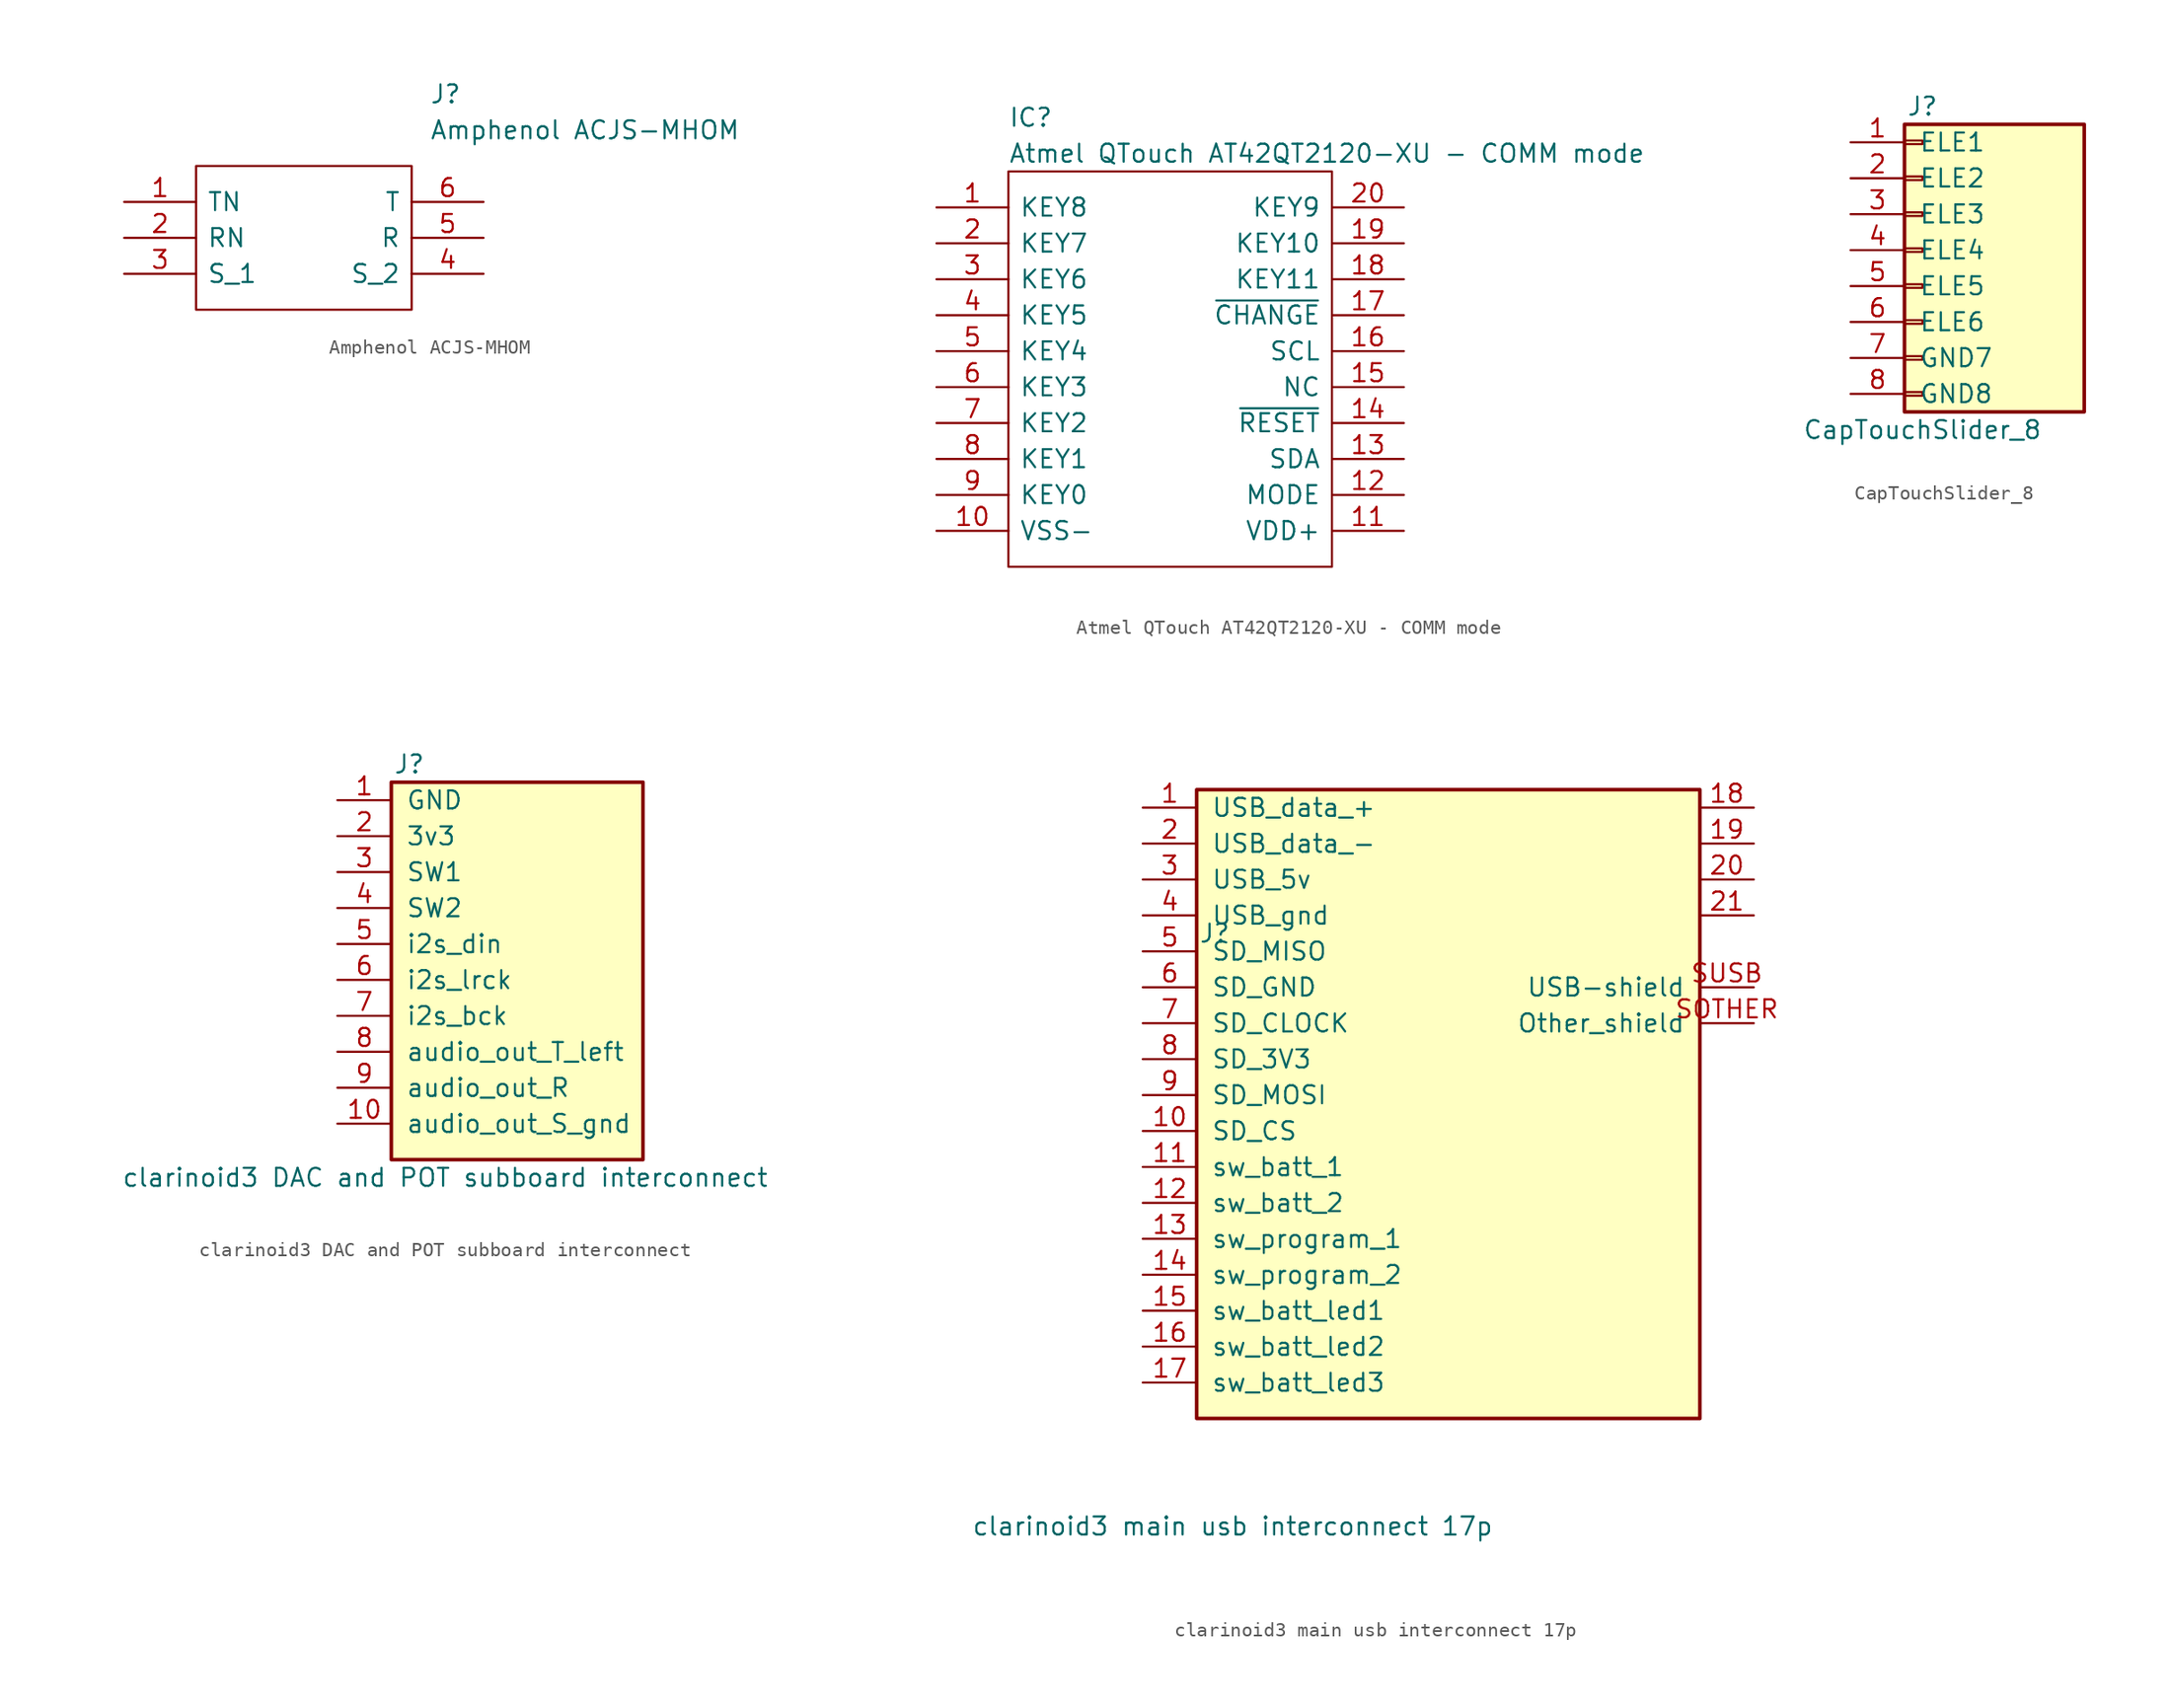
<source format=kicad_sym>
(kicad_symbol_lib
  (version 20211014)
  (generator kicad_symbol_editor)
  (symbol "Amphenol ACJS-MHOM"
    (pin_names
      (offset 0.762))
    (property "Reference" "J"
      (at 21.59 7.62 0)
      (effects (font (size 1.27 1.27)) (justify left)))
    (property "Value" "Amphenol ACJS-MHOM"
      (at 21.59 5.08 0)
      (effects (font (size 1.27 1.27)) (justify left)))
    (symbol "Amphenol ACJS-MHOM_0_0"
      (pin passive line (at 0 0 0) (length 5.08) (name "TN" (effects (font (size 1.27 1.27)))) (number "1" (effects (font (size 1.27 1.27)))))
      (pin passive line (at 0 -2.54 0) (length 5.08) (name "RN" (effects (font (size 1.27 1.27)))) (number "2" (effects (font (size 1.27 1.27)))))
      (pin passive line (at 0 -5.08 0) (length 5.08) (name "S_1" (effects (font (size 1.27 1.27)))) (number "3" (effects (font (size 1.27 1.27)))))
      (pin passive line (at 25.4 -5.08 180) (length 5.08) (name "S_2" (effects (font (size 1.27 1.27)))) (number "4" (effects (font (size 1.27 1.27)))))
      (pin passive line (at 25.4 -2.54 180) (length 5.08) (name "R" (effects (font (size 1.27 1.27)))) (number "5" (effects (font (size 1.27 1.27)))))
      (pin passive line (at 25.4 0 180) (length 5.08) (name "T" (effects (font (size 1.27 1.27)))) (number "6" (effects (font (size 1.27 1.27))))))
    (symbol "Amphenol ACJS-MHOM_0_1"
      (polyline (pts (xy 5.08 2.54) (xy 20.32 2.54) (xy 20.32 -7.62) (xy 5.08 -7.62) (xy 5.08 2.54)) (stroke (width 0.152) (type default) (color 0 0 0 0)) (fill (type none)))))
  (symbol "Atmel QTouch AT42QT2120-XU - COMM mode"
    (pin_names
      (offset 0.762))
    (property "Reference" "IC"
      (at 5.08 6.35 0)
      (effects (font (size 1.27 1.27)) (justify left)))
    (property "Value" "Atmel QTouch AT42QT2120-XU - COMM mode"
      (at 5.08 3.81 0)
      (effects (font (size 1.27 1.27)) (justify left)))
    (symbol "Atmel QTouch AT42QT2120-XU - COMM mode_0_0"
      (pin passive line (at 0 0 0) (length 5.08) (name "KEY8" (effects (font (size 1.27 1.27)))) (number "1" (effects (font (size 1.27 1.27)))))
      (pin passive line (at 0 -22.86 0) (length 5.08) (name "VSS-" (effects (font (size 1.27 1.27)))) (number "10" (effects (font (size 1.27 1.27)))))
      (pin passive line (at 33.02 -22.86 180) (length 5.08) (name "VDD+" (effects (font (size 1.27 1.27)))) (number "11" (effects (font (size 1.27 1.27)))))
      (pin passive line (at 33.02 -20.32 180) (length 5.08) (name "MODE" (effects (font (size 1.27 1.27)))) (number "12" (effects (font (size 1.27 1.27)))))
      (pin passive line (at 33.02 -17.78 180) (length 5.08) (name "SDA" (effects (font (size 1.27 1.27)))) (number "13" (effects (font (size 1.27 1.27)))))
      (pin passive line (at 33.02 -15.24 180) (length 5.08) (name "~{RESET}" (effects (font (size 1.27 1.27)))) (number "14" (effects (font (size 1.27 1.27)))))
      (pin passive line (at 33.02 -12.7 180) (length 5.08) (name "NC" (effects (font (size 1.27 1.27)))) (number "15" (effects (font (size 1.27 1.27)))))
      (pin passive line (at 33.02 -10.16 180) (length 5.08) (name "SCL" (effects (font (size 1.27 1.27)))) (number "16" (effects (font (size 1.27 1.27)))))
      (pin passive line (at 33.02 -7.62 180) (length 5.08) (name "~{CHANGE}" (effects (font (size 1.27 1.27)))) (number "17" (effects (font (size 1.27 1.27)))))
      (pin passive line (at 33.02 -5.08 180) (length 5.08) (name "KEY11" (effects (font (size 1.27 1.27)))) (number "18" (effects (font (size 1.27 1.27)))))
      (pin passive line (at 33.02 -2.54 180) (length 5.08) (name "KEY10" (effects (font (size 1.27 1.27)))) (number "19" (effects (font (size 1.27 1.27)))))
      (pin passive line (at 0 -2.54 0) (length 5.08) (name "KEY7" (effects (font (size 1.27 1.27)))) (number "2" (effects (font (size 1.27 1.27)))))
      (pin passive line (at 33.02 0 180) (length 5.08) (name "KEY9" (effects (font (size 1.27 1.27)))) (number "20" (effects (font (size 1.27 1.27)))))
      (pin passive line (at 0 -5.08 0) (length 5.08) (name "KEY6" (effects (font (size 1.27 1.27)))) (number "3" (effects (font (size 1.27 1.27)))))
      (pin passive line (at 0 -7.62 0) (length 5.08) (name "KEY5" (effects (font (size 1.27 1.27)))) (number "4" (effects (font (size 1.27 1.27)))))
      (pin passive line (at 0 -10.16 0) (length 5.08) (name "KEY4" (effects (font (size 1.27 1.27)))) (number "5" (effects (font (size 1.27 1.27)))))
      (pin passive line (at 0 -12.7 0) (length 5.08) (name "KEY3" (effects (font (size 1.27 1.27)))) (number "6" (effects (font (size 1.27 1.27)))))
      (pin passive line (at 0 -15.24 0) (length 5.08) (name "KEY2" (effects (font (size 1.27 1.27)))) (number "7" (effects (font (size 1.27 1.27)))))
      (pin passive line (at 0 -17.78 0) (length 5.08) (name "KEY1" (effects (font (size 1.27 1.27)))) (number "8" (effects (font (size 1.27 1.27)))))
      (pin passive line (at 0 -20.32 0) (length 5.08) (name "KEY0" (effects (font (size 1.27 1.27)))) (number "9" (effects (font (size 1.27 1.27))))))
    (symbol "Atmel QTouch AT42QT2120-XU - COMM mode_0_1"
      (polyline (pts (xy 5.08 2.54) (xy 27.94 2.54) (xy 27.94 -25.4) (xy 5.08 -25.4) (xy 5.08 2.54)) (stroke (width 0.152) (type default) (color 0 0 0 0)) (fill (type none)))))
  (symbol "CapTouchSlider_8"
    (pin_names
      (offset 1.016))
    (property "Reference" "J"
      (at 0 10.16 0)
      (effects (font (size 1.27 1.27))))
    (property "Value" "CapTouchSlider_8"
      (at 0 -12.7 0)
      (effects (font (size 1.27 1.27))))
    (symbol "CapTouchSlider_8_1_1"
      (rectangle (start -1.27 -10.033) (end 0 -10.287) (stroke (width 0.152) (type default) (color 0 0 0 0)) (fill (type none)))
      (rectangle (start -1.27 -7.493) (end 0 -7.747) (stroke (width 0.152) (type default) (color 0 0 0 0)) (fill (type none)))
      (rectangle (start -1.27 -4.953) (end 0 -5.207) (stroke (width 0.152) (type default) (color 0 0 0 0)) (fill (type none)))
      (rectangle (start -1.27 -2.413) (end 0 -2.667) (stroke (width 0.152) (type default) (color 0 0 0 0)) (fill (type none)))
      (rectangle (start -1.27 0.127) (end 0 -0.127) (stroke (width 0.152) (type default) (color 0 0 0 0)) (fill (type none)))
      (rectangle (start -1.27 2.667) (end 0 2.413) (stroke (width 0.152) (type default) (color 0 0 0 0)) (fill (type none)))
      (rectangle (start -1.27 5.207) (end 0 4.953) (stroke (width 0.152) (type default) (color 0 0 0 0)) (fill (type none)))
      (rectangle (start -1.27 7.747) (end 0 7.493) (stroke (width 0.152) (type default) (color 0 0 0 0)) (fill (type none)))
      (rectangle (start -1.27 8.89) (end 11.43 -11.43) (stroke (width 0.254) (type default) (color 0 0 0 0)) (fill (type background)))
      (pin passive line (at -5.08 7.62 0) (length 3.81) (name "ELE1" (effects (font (size 1.27 1.27)))) (number "1" (effects (font (size 1.27 1.27)))))
      (pin passive line (at -5.08 5.08 0) (length 3.81) (name "ELE2" (effects (font (size 1.27 1.27)))) (number "2" (effects (font (size 1.27 1.27)))))
      (pin passive line (at -5.08 2.54 0) (length 3.81) (name "ELE3" (effects (font (size 1.27 1.27)))) (number "3" (effects (font (size 1.27 1.27)))))
      (pin passive line (at -5.08 0 0) (length 3.81) (name "ELE4" (effects (font (size 1.27 1.27)))) (number "4" (effects (font (size 1.27 1.27)))))
      (pin passive line (at -5.08 -2.54 0) (length 3.81) (name "ELE5" (effects (font (size 1.27 1.27)))) (number "5" (effects (font (size 1.27 1.27)))))
      (pin passive line (at -5.08 -5.08 0) (length 3.81) (name "ELE6" (effects (font (size 1.27 1.27)))) (number "6" (effects (font (size 1.27 1.27)))))
      (pin passive line (at -5.08 -7.62 0) (length 3.81) (name "GND7" (effects (font (size 1.27 1.27)))) (number "7" (effects (font (size 1.27 1.27)))))
      (pin passive line (at -5.08 -10.16 0) (length 3.81) (name "GND8" (effects (font (size 1.27 1.27)))) (number "8" (effects (font (size 1.27 1.27)))))))
  (symbol "clarinoid3 DAC and POT subboard interconnect"
    (pin_names
      (offset 1.016))
    (property "Reference" "J"
      (at 0 10.16 0)
      (effects (font (size 1.27 1.27))))
    (property "Value" "clarinoid3 DAC and POT subboard interconnect"
      (at 2.54 -19.05 0)
      (effects (font (size 1.27 1.27))))
    (symbol "clarinoid3 DAC and POT subboard interconnect_1_1"
      (rectangle (start -1.27 8.89) (end 16.51 -17.78) (stroke (width 0.254) (type default) (color 0 0 0 0)) (fill (type background)))
      (pin passive line (at -5.08 7.62 0) (length 3.81) (name "GND" (effects (font (size 1.27 1.27)))) (number "1" (effects (font (size 1.27 1.27)))))
      (pin passive line (at -5.08 -15.24 0) (length 3.81) (name "audio_out_S_gnd" (effects (font (size 1.27 1.27)))) (number "10" (effects (font (size 1.27 1.27)))))
      (pin passive line (at -5.08 5.08 0) (length 3.81) (name "3v3" (effects (font (size 1.27 1.27)))) (number "2" (effects (font (size 1.27 1.27)))))
      (pin passive line (at -5.08 2.54 0) (length 3.81) (name "SW1" (effects (font (size 1.27 1.27)))) (number "3" (effects (font (size 1.27 1.27)))))
      (pin passive line (at -5.08 0 0) (length 3.81) (name "SW2" (effects (font (size 1.27 1.27)))) (number "4" (effects (font (size 1.27 1.27)))))
      (pin passive line (at -5.08 -2.54 0) (length 3.81) (name "i2s_din" (effects (font (size 1.27 1.27)))) (number "5" (effects (font (size 1.27 1.27)))))
      (pin passive line (at -5.08 -5.08 0) (length 3.81) (name "i2s_lrck" (effects (font (size 1.27 1.27)))) (number "6" (effects (font (size 1.27 1.27)))))
      (pin passive line (at -5.08 -7.62 0) (length 3.81) (name "i2s_bck" (effects (font (size 1.27 1.27)))) (number "7" (effects (font (size 1.27 1.27)))))
      (pin passive line (at -5.08 -10.16 0) (length 3.81) (name "audio_out_T_left" (effects (font (size 1.27 1.27)))) (number "8" (effects (font (size 1.27 1.27)))))
      (pin passive line (at -5.08 -12.7 0) (length 3.81) (name "audio_out_R" (effects (font (size 1.27 1.27)))) (number "9" (effects (font (size 1.27 1.27)))))))
  (symbol "clarinoid3 main usb interconnect 17p"
    (pin_names
      (offset 1.016))
    (property "Reference" "J"
      (at 0 10.16 0)
      (effects (font (size 1.27 1.27))))
    (property "Value" "clarinoid3 main usb interconnect 17p"
      (at 1.27 -31.75 0)
      (effects (font (size 1.27 1.27))))
    (symbol "clarinoid3 main usb interconnect 17p_1_1"
      (rectangle (start -1.27 20.32) (end 34.29 -24.13) (stroke (width 0.254) (type default) (color 0 0 0 0)) (fill (type background)))
      (pin passive line (at -5.08 19.05 0) (length 3.81) (name "USB_data_+" (effects (font (size 1.27 1.27)))) (number "1" (effects (font (size 1.27 1.27)))))
      (pin passive line (at -5.08 -3.81 0) (length 3.81) (name "SD_CS" (effects (font (size 1.27 1.27)))) (number "10" (effects (font (size 1.27 1.27)))))
      (pin passive line (at -5.08 -6.35 0) (length 3.81) (name "sw_batt_1" (effects (font (size 1.27 1.27)))) (number "11" (effects (font (size 1.27 1.27)))))
      (pin passive line (at -5.08 -8.89 0) (length 3.81) (name "sw_batt_2" (effects (font (size 1.27 1.27)))) (number "12" (effects (font (size 1.27 1.27)))))
      (pin passive line (at -5.08 -11.43 0) (length 3.81) (name "sw_program_1" (effects (font (size 1.27 1.27)))) (number "13" (effects (font (size 1.27 1.27)))))
      (pin passive line (at -5.08 -13.97 0) (length 3.81) (name "sw_program_2" (effects (font (size 1.27 1.27)))) (number "14" (effects (font (size 1.27 1.27)))))
      (pin passive line (at -5.08 -16.51 0) (length 3.81) (name "sw_batt_led1" (effects (font (size 1.27 1.27)))) (number "15" (effects (font (size 1.27 1.27)))))
      (pin passive line (at -5.08 -19.05 0) (length 3.81) (name "sw_batt_led2" (effects (font (size 1.27 1.27)))) (number "16" (effects (font (size 1.27 1.27)))))
      (pin passive line (at -5.08 -21.59 0) (length 3.81) (name "sw_batt_led3" (effects (font (size 1.27 1.27)))) (number "17" (effects (font (size 1.27 1.27)))))
      (pin passive line (at 38.1 19.05 180) (length 3.81) (name "" (effects (font (size 1.27 1.27)))) (number "18" (effects (font (size 1.27 1.27)))))
      (pin passive line (at 38.1 16.51 180) (length 3.81) (name "" (effects (font (size 1.27 1.27)))) (number "19" (effects (font (size 1.27 1.27)))))
      (pin passive line (at -5.08 16.51 0) (length 3.81) (name "USB_data_-" (effects (font (size 1.27 1.27)))) (number "2" (effects (font (size 1.27 1.27)))))
      (pin passive line (at 38.1 13.97 180) (length 3.81) (name "" (effects (font (size 1.27 1.27)))) (number "20" (effects (font (size 1.27 1.27)))))
      (pin passive line (at 38.1 11.43 180) (length 3.81) (name "" (effects (font (size 1.27 1.27)))) (number "21" (effects (font (size 1.27 1.27)))))
      (pin passive line (at -5.08 13.97 0) (length 3.81) (name "USB_5v" (effects (font (size 1.27 1.27)))) (number "3" (effects (font (size 1.27 1.27)))))
      (pin passive line (at -5.08 11.43 0) (length 3.81) (name "USB_gnd" (effects (font (size 1.27 1.27)))) (number "4" (effects (font (size 1.27 1.27)))))
      (pin passive line (at -5.08 8.89 0) (length 3.81) (name "SD_MISO" (effects (font (size 1.27 1.27)))) (number "5" (effects (font (size 1.27 1.27)))))
      (pin passive line (at -5.08 6.35 0) (length 3.81) (name "SD_GND" (effects (font (size 1.27 1.27)))) (number "6" (effects (font (size 1.27 1.27)))))
      (pin passive line (at -5.08 3.81 0) (length 3.81) (name "SD_CLOCK" (effects (font (size 1.27 1.27)))) (number "7" (effects (font (size 1.27 1.27)))))
      (pin passive line (at -5.08 1.27 0) (length 3.81) (name "SD_3V3" (effects (font (size 1.27 1.27)))) (number "8" (effects (font (size 1.27 1.27)))))
      (pin passive line (at -5.08 -1.27 0) (length 3.81) (name "SD_MOSI" (effects (font (size 1.27 1.27)))) (number "9" (effects (font (size 1.27 1.27)))))
      (pin passive line (at 38.1 3.81 180) (length 3.81) (name "Other_shield" (effects (font (size 1.27 1.27)))) (number "SOTHER" (effects (font (size 1.27 1.27)))))
      (pin passive line (at 38.1 6.35 180) (length 3.81) (name "USB-shield" (effects (font (size 1.27 1.27)))) (number "SUSB" (effects (font (size 1.27 1.27))))))))
</source>
